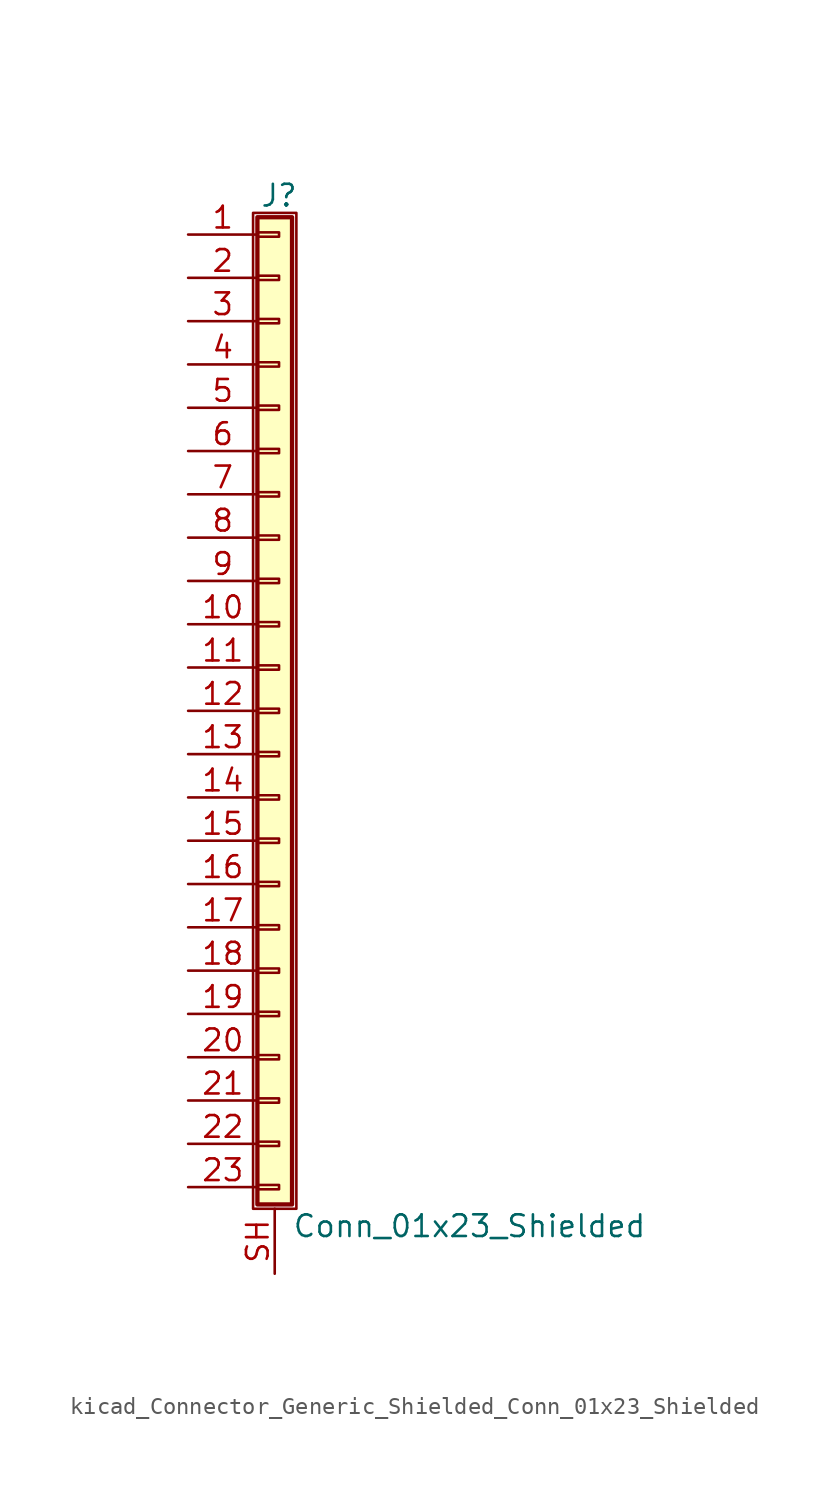
<source format=kicad_sym>
(kicad_symbol_lib
  (version 20220914)
  (generator kicad_symbol_editor)
  (symbol "kicad_Connector_Generic_Shielded_Conn_01x23_Shielded"
    (pin_names
      (offset 1.016) hide)
    (property "Reference" "J"
      (at 0.254 30.226 0)
      (effects (font (size 1.27 1.27))))
    (property "Value" "Conn_01x23_Shielded"
      (at 1.016 -30.226 0)
      (effects (font (size 1.27 1.27)) (justify left)))
    (symbol "kicad_Connector_Generic_Shielded_Conn_01x23_Shielded_1_1"
      (rectangle (start -1.27 29.21) (end 1.27 -29.21) (stroke (width 0.152) (type default)) (fill (type none)))
      (rectangle (start -1.016 -27.813) (end 0.254 -28.067) (stroke (width 0.152) (type default)) (fill (type none)))
      (rectangle (start -1.016 -25.273) (end 0.254 -25.527) (stroke (width 0.152) (type default)) (fill (type none)))
      (rectangle (start -1.016 -22.733) (end 0.254 -22.987) (stroke (width 0.152) (type default)) (fill (type none)))
      (rectangle (start -1.016 -20.193) (end 0.254 -20.447) (stroke (width 0.152) (type default)) (fill (type none)))
      (rectangle (start -1.016 -17.653) (end 0.254 -17.907) (stroke (width 0.152) (type default)) (fill (type none)))
      (rectangle (start -1.016 -15.113) (end 0.254 -15.367) (stroke (width 0.152) (type default)) (fill (type none)))
      (rectangle (start -1.016 -12.573) (end 0.254 -12.827) (stroke (width 0.152) (type default)) (fill (type none)))
      (rectangle (start -1.016 -10.033) (end 0.254 -10.287) (stroke (width 0.152) (type default)) (fill (type none)))
      (rectangle (start -1.016 -7.493) (end 0.254 -7.747) (stroke (width 0.152) (type default)) (fill (type none)))
      (rectangle (start -1.016 -4.953) (end 0.254 -5.207) (stroke (width 0.152) (type default)) (fill (type none)))
      (rectangle (start -1.016 -2.413) (end 0.254 -2.667) (stroke (width 0.152) (type default)) (fill (type none)))
      (rectangle (start -1.016 0.127) (end 0.254 -0.127) (stroke (width 0.152) (type default)) (fill (type none)))
      (rectangle (start -1.016 2.667) (end 0.254 2.413) (stroke (width 0.152) (type default)) (fill (type none)))
      (rectangle (start -1.016 5.207) (end 0.254 4.953) (stroke (width 0.152) (type default)) (fill (type none)))
      (rectangle (start -1.016 7.747) (end 0.254 7.493) (stroke (width 0.152) (type default)) (fill (type none)))
      (rectangle (start -1.016 10.287) (end 0.254 10.033) (stroke (width 0.152) (type default)) (fill (type none)))
      (rectangle (start -1.016 12.827) (end 0.254 12.573) (stroke (width 0.152) (type default)) (fill (type none)))
      (rectangle (start -1.016 15.367) (end 0.254 15.113) (stroke (width 0.152) (type default)) (fill (type none)))
      (rectangle (start -1.016 17.907) (end 0.254 17.653) (stroke (width 0.152) (type default)) (fill (type none)))
      (rectangle (start -1.016 20.447) (end 0.254 20.193) (stroke (width 0.152) (type default)) (fill (type none)))
      (rectangle (start -1.016 22.987) (end 0.254 22.733) (stroke (width 0.152) (type default)) (fill (type none)))
      (rectangle (start -1.016 25.527) (end 0.254 25.273) (stroke (width 0.152) (type default)) (fill (type none)))
      (rectangle (start -1.016 28.067) (end 0.254 27.813) (stroke (width 0.152) (type default)) (fill (type none)))
      (rectangle (start -1.016 28.956) (end 1.016 -28.956) (stroke (width 0.254) (type default)) (fill (type background)))
      (pin passive line (at -5.08 27.94 0) (length 4.064) (name "Pin_1" (effects (font (size 1.27 1.27)))) (number "1" (effects (font (size 1.27 1.27)))))
      (pin passive line (at -5.08 5.08 0) (length 4.064) (name "Pin_10" (effects (font (size 1.27 1.27)))) (number "10" (effects (font (size 1.27 1.27)))))
      (pin passive line (at -5.08 2.54 0) (length 4.064) (name "Pin_11" (effects (font (size 1.27 1.27)))) (number "11" (effects (font (size 1.27 1.27)))))
      (pin passive line (at -5.08 0 0) (length 4.064) (name "Pin_12" (effects (font (size 1.27 1.27)))) (number "12" (effects (font (size 1.27 1.27)))))
      (pin passive line (at -5.08 -2.54 0) (length 4.064) (name "Pin_13" (effects (font (size 1.27 1.27)))) (number "13" (effects (font (size 1.27 1.27)))))
      (pin passive line (at -5.08 -5.08 0) (length 4.064) (name "Pin_14" (effects (font (size 1.27 1.27)))) (number "14" (effects (font (size 1.27 1.27)))))
      (pin passive line (at -5.08 -7.62 0) (length 4.064) (name "Pin_15" (effects (font (size 1.27 1.27)))) (number "15" (effects (font (size 1.27 1.27)))))
      (pin passive line (at -5.08 -10.16 0) (length 4.064) (name "Pin_16" (effects (font (size 1.27 1.27)))) (number "16" (effects (font (size 1.27 1.27)))))
      (pin passive line (at -5.08 -12.7 0) (length 4.064) (name "Pin_17" (effects (font (size 1.27 1.27)))) (number "17" (effects (font (size 1.27 1.27)))))
      (pin passive line (at -5.08 -15.24 0) (length 4.064) (name "Pin_18" (effects (font (size 1.27 1.27)))) (number "18" (effects (font (size 1.27 1.27)))))
      (pin passive line (at -5.08 -17.78 0) (length 4.064) (name "Pin_19" (effects (font (size 1.27 1.27)))) (number "19" (effects (font (size 1.27 1.27)))))
      (pin passive line (at -5.08 25.4 0) (length 4.064) (name "Pin_2" (effects (font (size 1.27 1.27)))) (number "2" (effects (font (size 1.27 1.27)))))
      (pin passive line (at -5.08 -20.32 0) (length 4.064) (name "Pin_20" (effects (font (size 1.27 1.27)))) (number "20" (effects (font (size 1.27 1.27)))))
      (pin passive line (at -5.08 -22.86 0) (length 4.064) (name "Pin_21" (effects (font (size 1.27 1.27)))) (number "21" (effects (font (size 1.27 1.27)))))
      (pin passive line (at -5.08 -25.4 0) (length 4.064) (name "Pin_22" (effects (font (size 1.27 1.27)))) (number "22" (effects (font (size 1.27 1.27)))))
      (pin passive line (at -5.08 -27.94 0) (length 4.064) (name "Pin_23" (effects (font (size 1.27 1.27)))) (number "23" (effects (font (size 1.27 1.27)))))
      (pin passive line (at -5.08 22.86 0) (length 4.064) (name "Pin_3" (effects (font (size 1.27 1.27)))) (number "3" (effects (font (size 1.27 1.27)))))
      (pin passive line (at -5.08 20.32 0) (length 4.064) (name "Pin_4" (effects (font (size 1.27 1.27)))) (number "4" (effects (font (size 1.27 1.27)))))
      (pin passive line (at -5.08 17.78 0) (length 4.064) (name "Pin_5" (effects (font (size 1.27 1.27)))) (number "5" (effects (font (size 1.27 1.27)))))
      (pin passive line (at -5.08 15.24 0) (length 4.064) (name "Pin_6" (effects (font (size 1.27 1.27)))) (number "6" (effects (font (size 1.27 1.27)))))
      (pin passive line (at -5.08 12.7 0) (length 4.064) (name "Pin_7" (effects (font (size 1.27 1.27)))) (number "7" (effects (font (size 1.27 1.27)))))
      (pin passive line (at -5.08 10.16 0) (length 4.064) (name "Pin_8" (effects (font (size 1.27 1.27)))) (number "8" (effects (font (size 1.27 1.27)))))
      (pin passive line (at -5.08 7.62 0) (length 4.064) (name "Pin_9" (effects (font (size 1.27 1.27)))) (number "9" (effects (font (size 1.27 1.27)))))
      (pin passive line (at 0 -33.02 90) (length 3.81) (name "Shield" (effects (font (size 1.27 1.27)))) (number "SH" (effects (font (size 1.27 1.27))))))))
</source>
